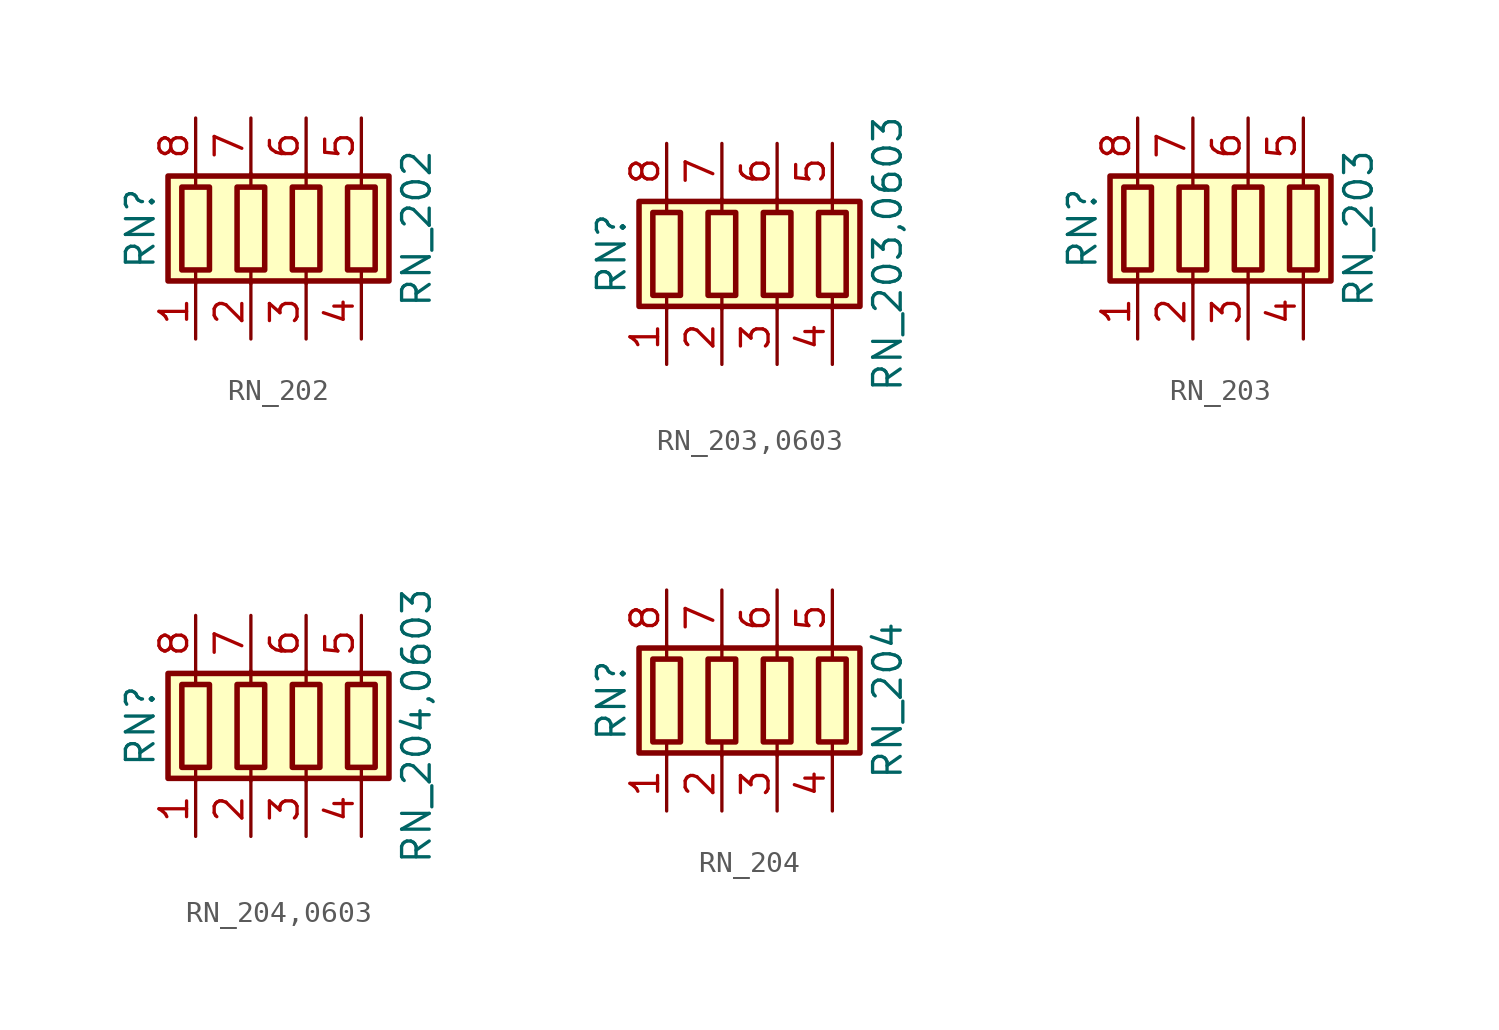
<source format=kicad_sym>
(kicad_symbol_lib
  (version 20211014)
  (generator kicad_symbol_editor)
  (symbol "RN_202"
    (pin_names
      (offset 0) hide)
    (property "Reference" "RN"
      (at -7.62 0 90)
      (effects (font (size 1.27 1.27))))
    (property "Value" "RN_202"
      (at 5.08 0 90)
      (effects (font (size 1.27 1.27))))
    (symbol "RN_202_0_1"
      (rectangle (start -6.35 -2.413) (end 3.81 2.413) (stroke (width 0.254) (type default) (color 0 0 0 0)) (fill (type background)))
      (rectangle (start -5.715 1.905) (end -4.445 -1.905) (stroke (width 0.254) (type default) (color 0 0 0 0)) (fill (type none)))
      (rectangle (start -3.175 1.905) (end -1.905 -1.905) (stroke (width 0.254) (type default) (color 0 0 0 0)) (fill (type none)))
      (rectangle (start -0.635 1.905) (end 0.635 -1.905) (stroke (width 0.254) (type default) (color 0 0 0 0)) (fill (type none)))
      (polyline (pts (xy -5.08 -2.54) (xy -5.08 -1.905)) (stroke (width 0) (type default) (color 0 0 0 0)) (fill (type none)))
      (polyline (pts (xy -5.08 1.905) (xy -5.08 2.54)) (stroke (width 0) (type default) (color 0 0 0 0)) (fill (type none)))
      (polyline (pts (xy -2.54 -2.54) (xy -2.54 -1.905)) (stroke (width 0) (type default) (color 0 0 0 0)) (fill (type none)))
      (polyline (pts (xy -2.54 1.905) (xy -2.54 2.54)) (stroke (width 0) (type default) (color 0 0 0 0)) (fill (type none)))
      (polyline (pts (xy 0 -2.54) (xy 0 -1.905)) (stroke (width 0) (type default) (color 0 0 0 0)) (fill (type none)))
      (polyline (pts (xy 0 1.905) (xy 0 2.54)) (stroke (width 0) (type default) (color 0 0 0 0)) (fill (type none)))
      (polyline (pts (xy 2.54 -2.54) (xy 2.54 -1.905)) (stroke (width 0) (type default) (color 0 0 0 0)) (fill (type none)))
      (polyline (pts (xy 2.54 1.905) (xy 2.54 2.54)) (stroke (width 0) (type default) (color 0 0 0 0)) (fill (type none)))
      (rectangle (start 1.905 1.905) (end 3.175 -1.905) (stroke (width 0.254) (type default) (color 0 0 0 0)) (fill (type none))))
    (symbol "RN_202_1_1"
      (pin passive line (at -5.08 -5.08 90) (length 2.54) (name "R1.1" (effects (font (size 1.27 1.27)))) (number "1" (effects (font (size 1.27 1.27)))))
      (pin passive line (at -2.54 -5.08 90) (length 2.54) (name "R2.1" (effects (font (size 1.27 1.27)))) (number "2" (effects (font (size 1.27 1.27)))))
      (pin passive line (at 0 -5.08 90) (length 2.54) (name "R3.1" (effects (font (size 1.27 1.27)))) (number "3" (effects (font (size 1.27 1.27)))))
      (pin passive line (at 2.54 -5.08 90) (length 2.54) (name "R4.1" (effects (font (size 1.27 1.27)))) (number "4" (effects (font (size 1.27 1.27)))))
      (pin passive line (at 2.54 5.08 270) (length 2.54) (name "R4.2" (effects (font (size 1.27 1.27)))) (number "5" (effects (font (size 1.27 1.27)))))
      (pin passive line (at 0 5.08 270) (length 2.54) (name "R3.2" (effects (font (size 1.27 1.27)))) (number "6" (effects (font (size 1.27 1.27)))))
      (pin passive line (at -2.54 5.08 270) (length 2.54) (name "R2.2" (effects (font (size 1.27 1.27)))) (number "7" (effects (font (size 1.27 1.27)))))
      (pin passive line (at -5.08 5.08 270) (length 2.54) (name "R1.2" (effects (font (size 1.27 1.27)))) (number "8" (effects (font (size 1.27 1.27)))))))
  (symbol "RN_203,0603"
    (pin_names
      (offset 0) hide)
    (property "Reference" "RN"
      (at -7.62 0 90)
      (effects (font (size 1.27 1.27))))
    (property "Value" "RN_203,0603"
      (at 5.08 0 90)
      (effects (font (size 1.27 1.27))))
    (symbol "RN_203,0603_0_1"
      (rectangle (start -6.35 -2.413) (end 3.81 2.413) (stroke (width 0.254) (type default) (color 0 0 0 0)) (fill (type background)))
      (rectangle (start -5.715 1.905) (end -4.445 -1.905) (stroke (width 0.254) (type default) (color 0 0 0 0)) (fill (type none)))
      (rectangle (start -3.175 1.905) (end -1.905 -1.905) (stroke (width 0.254) (type default) (color 0 0 0 0)) (fill (type none)))
      (rectangle (start -0.635 1.905) (end 0.635 -1.905) (stroke (width 0.254) (type default) (color 0 0 0 0)) (fill (type none)))
      (polyline (pts (xy -5.08 -2.54) (xy -5.08 -1.905)) (stroke (width 0) (type default) (color 0 0 0 0)) (fill (type none)))
      (polyline (pts (xy -5.08 1.905) (xy -5.08 2.54)) (stroke (width 0) (type default) (color 0 0 0 0)) (fill (type none)))
      (polyline (pts (xy -2.54 -2.54) (xy -2.54 -1.905)) (stroke (width 0) (type default) (color 0 0 0 0)) (fill (type none)))
      (polyline (pts (xy -2.54 1.905) (xy -2.54 2.54)) (stroke (width 0) (type default) (color 0 0 0 0)) (fill (type none)))
      (polyline (pts (xy 0 -2.54) (xy 0 -1.905)) (stroke (width 0) (type default) (color 0 0 0 0)) (fill (type none)))
      (polyline (pts (xy 0 1.905) (xy 0 2.54)) (stroke (width 0) (type default) (color 0 0 0 0)) (fill (type none)))
      (polyline (pts (xy 2.54 -2.54) (xy 2.54 -1.905)) (stroke (width 0) (type default) (color 0 0 0 0)) (fill (type none)))
      (polyline (pts (xy 2.54 1.905) (xy 2.54 2.54)) (stroke (width 0) (type default) (color 0 0 0 0)) (fill (type none)))
      (rectangle (start 1.905 1.905) (end 3.175 -1.905) (stroke (width 0.254) (type default) (color 0 0 0 0)) (fill (type none))))
    (symbol "RN_203,0603_1_1"
      (pin passive line (at -5.08 -5.08 90) (length 2.54) (name "R1.1" (effects (font (size 1.27 1.27)))) (number "1" (effects (font (size 1.27 1.27)))))
      (pin passive line (at -2.54 -5.08 90) (length 2.54) (name "R2.1" (effects (font (size 1.27 1.27)))) (number "2" (effects (font (size 1.27 1.27)))))
      (pin passive line (at 0 -5.08 90) (length 2.54) (name "R3.1" (effects (font (size 1.27 1.27)))) (number "3" (effects (font (size 1.27 1.27)))))
      (pin passive line (at 2.54 -5.08 90) (length 2.54) (name "R4.1" (effects (font (size 1.27 1.27)))) (number "4" (effects (font (size 1.27 1.27)))))
      (pin passive line (at 2.54 5.08 270) (length 2.54) (name "R4.2" (effects (font (size 1.27 1.27)))) (number "5" (effects (font (size 1.27 1.27)))))
      (pin passive line (at 0 5.08 270) (length 2.54) (name "R3.2" (effects (font (size 1.27 1.27)))) (number "6" (effects (font (size 1.27 1.27)))))
      (pin passive line (at -2.54 5.08 270) (length 2.54) (name "R2.2" (effects (font (size 1.27 1.27)))) (number "7" (effects (font (size 1.27 1.27)))))
      (pin passive line (at -5.08 5.08 270) (length 2.54) (name "R1.2" (effects (font (size 1.27 1.27)))) (number "8" (effects (font (size 1.27 1.27)))))))
  (symbol "RN_203"
    (pin_names
      (offset 0) hide)
    (property "Reference" "RN"
      (at -7.62 0 90)
      (effects (font (size 1.27 1.27))))
    (property "Value" "RN_203"
      (at 5.08 0 90)
      (effects (font (size 1.27 1.27))))
    (symbol "RN_203_0_1"
      (rectangle (start -6.35 -2.413) (end 3.81 2.413) (stroke (width 0.254) (type default) (color 0 0 0 0)) (fill (type background)))
      (rectangle (start -5.715 1.905) (end -4.445 -1.905) (stroke (width 0.254) (type default) (color 0 0 0 0)) (fill (type none)))
      (rectangle (start -3.175 1.905) (end -1.905 -1.905) (stroke (width 0.254) (type default) (color 0 0 0 0)) (fill (type none)))
      (rectangle (start -0.635 1.905) (end 0.635 -1.905) (stroke (width 0.254) (type default) (color 0 0 0 0)) (fill (type none)))
      (polyline (pts (xy -5.08 -2.54) (xy -5.08 -1.905)) (stroke (width 0) (type default) (color 0 0 0 0)) (fill (type none)))
      (polyline (pts (xy -5.08 1.905) (xy -5.08 2.54)) (stroke (width 0) (type default) (color 0 0 0 0)) (fill (type none)))
      (polyline (pts (xy -2.54 -2.54) (xy -2.54 -1.905)) (stroke (width 0) (type default) (color 0 0 0 0)) (fill (type none)))
      (polyline (pts (xy -2.54 1.905) (xy -2.54 2.54)) (stroke (width 0) (type default) (color 0 0 0 0)) (fill (type none)))
      (polyline (pts (xy 0 -2.54) (xy 0 -1.905)) (stroke (width 0) (type default) (color 0 0 0 0)) (fill (type none)))
      (polyline (pts (xy 0 1.905) (xy 0 2.54)) (stroke (width 0) (type default) (color 0 0 0 0)) (fill (type none)))
      (polyline (pts (xy 2.54 -2.54) (xy 2.54 -1.905)) (stroke (width 0) (type default) (color 0 0 0 0)) (fill (type none)))
      (polyline (pts (xy 2.54 1.905) (xy 2.54 2.54)) (stroke (width 0) (type default) (color 0 0 0 0)) (fill (type none)))
      (rectangle (start 1.905 1.905) (end 3.175 -1.905) (stroke (width 0.254) (type default) (color 0 0 0 0)) (fill (type none))))
    (symbol "RN_203_1_1"
      (pin passive line (at -5.08 -5.08 90) (length 2.54) (name "R1.1" (effects (font (size 1.27 1.27)))) (number "1" (effects (font (size 1.27 1.27)))))
      (pin passive line (at -2.54 -5.08 90) (length 2.54) (name "R2.1" (effects (font (size 1.27 1.27)))) (number "2" (effects (font (size 1.27 1.27)))))
      (pin passive line (at 0 -5.08 90) (length 2.54) (name "R3.1" (effects (font (size 1.27 1.27)))) (number "3" (effects (font (size 1.27 1.27)))))
      (pin passive line (at 2.54 -5.08 90) (length 2.54) (name "R4.1" (effects (font (size 1.27 1.27)))) (number "4" (effects (font (size 1.27 1.27)))))
      (pin passive line (at 2.54 5.08 270) (length 2.54) (name "R4.2" (effects (font (size 1.27 1.27)))) (number "5" (effects (font (size 1.27 1.27)))))
      (pin passive line (at 0 5.08 270) (length 2.54) (name "R3.2" (effects (font (size 1.27 1.27)))) (number "6" (effects (font (size 1.27 1.27)))))
      (pin passive line (at -2.54 5.08 270) (length 2.54) (name "R2.2" (effects (font (size 1.27 1.27)))) (number "7" (effects (font (size 1.27 1.27)))))
      (pin passive line (at -5.08 5.08 270) (length 2.54) (name "R1.2" (effects (font (size 1.27 1.27)))) (number "8" (effects (font (size 1.27 1.27)))))))
  (symbol "RN_204,0603"
    (pin_names
      (offset 0) hide)
    (property "Reference" "RN"
      (at -7.62 0 90)
      (effects (font (size 1.27 1.27))))
    (property "Value" "RN_204,0603"
      (at 5.08 0 90)
      (effects (font (size 1.27 1.27))))
    (symbol "RN_204,0603_0_1"
      (rectangle (start -6.35 -2.413) (end 3.81 2.413) (stroke (width 0.254) (type default) (color 0 0 0 0)) (fill (type background)))
      (rectangle (start -5.715 1.905) (end -4.445 -1.905) (stroke (width 0.254) (type default) (color 0 0 0 0)) (fill (type none)))
      (rectangle (start -3.175 1.905) (end -1.905 -1.905) (stroke (width 0.254) (type default) (color 0 0 0 0)) (fill (type none)))
      (rectangle (start -0.635 1.905) (end 0.635 -1.905) (stroke (width 0.254) (type default) (color 0 0 0 0)) (fill (type none)))
      (polyline (pts (xy -5.08 -2.54) (xy -5.08 -1.905)) (stroke (width 0) (type default) (color 0 0 0 0)) (fill (type none)))
      (polyline (pts (xy -5.08 1.905) (xy -5.08 2.54)) (stroke (width 0) (type default) (color 0 0 0 0)) (fill (type none)))
      (polyline (pts (xy -2.54 -2.54) (xy -2.54 -1.905)) (stroke (width 0) (type default) (color 0 0 0 0)) (fill (type none)))
      (polyline (pts (xy -2.54 1.905) (xy -2.54 2.54)) (stroke (width 0) (type default) (color 0 0 0 0)) (fill (type none)))
      (polyline (pts (xy 0 -2.54) (xy 0 -1.905)) (stroke (width 0) (type default) (color 0 0 0 0)) (fill (type none)))
      (polyline (pts (xy 0 1.905) (xy 0 2.54)) (stroke (width 0) (type default) (color 0 0 0 0)) (fill (type none)))
      (polyline (pts (xy 2.54 -2.54) (xy 2.54 -1.905)) (stroke (width 0) (type default) (color 0 0 0 0)) (fill (type none)))
      (polyline (pts (xy 2.54 1.905) (xy 2.54 2.54)) (stroke (width 0) (type default) (color 0 0 0 0)) (fill (type none)))
      (rectangle (start 1.905 1.905) (end 3.175 -1.905) (stroke (width 0.254) (type default) (color 0 0 0 0)) (fill (type none))))
    (symbol "RN_204,0603_1_1"
      (pin passive line (at -5.08 -5.08 90) (length 2.54) (name "R1.1" (effects (font (size 1.27 1.27)))) (number "1" (effects (font (size 1.27 1.27)))))
      (pin passive line (at -2.54 -5.08 90) (length 2.54) (name "R2.1" (effects (font (size 1.27 1.27)))) (number "2" (effects (font (size 1.27 1.27)))))
      (pin passive line (at 0 -5.08 90) (length 2.54) (name "R3.1" (effects (font (size 1.27 1.27)))) (number "3" (effects (font (size 1.27 1.27)))))
      (pin passive line (at 2.54 -5.08 90) (length 2.54) (name "R4.1" (effects (font (size 1.27 1.27)))) (number "4" (effects (font (size 1.27 1.27)))))
      (pin passive line (at 2.54 5.08 270) (length 2.54) (name "R4.2" (effects (font (size 1.27 1.27)))) (number "5" (effects (font (size 1.27 1.27)))))
      (pin passive line (at 0 5.08 270) (length 2.54) (name "R3.2" (effects (font (size 1.27 1.27)))) (number "6" (effects (font (size 1.27 1.27)))))
      (pin passive line (at -2.54 5.08 270) (length 2.54) (name "R2.2" (effects (font (size 1.27 1.27)))) (number "7" (effects (font (size 1.27 1.27)))))
      (pin passive line (at -5.08 5.08 270) (length 2.54) (name "R1.2" (effects (font (size 1.27 1.27)))) (number "8" (effects (font (size 1.27 1.27)))))))
  (symbol "RN_204"
    (pin_names
      (offset 0) hide)
    (property "Reference" "RN"
      (at -7.62 0 90)
      (effects (font (size 1.27 1.27))))
    (property "Value" "RN_204"
      (at 5.08 0 90)
      (effects (font (size 1.27 1.27))))
    (symbol "RN_204_0_1"
      (rectangle (start -6.35 -2.413) (end 3.81 2.413) (stroke (width 0.254) (type default) (color 0 0 0 0)) (fill (type background)))
      (rectangle (start -5.715 1.905) (end -4.445 -1.905) (stroke (width 0.254) (type default) (color 0 0 0 0)) (fill (type none)))
      (rectangle (start -3.175 1.905) (end -1.905 -1.905) (stroke (width 0.254) (type default) (color 0 0 0 0)) (fill (type none)))
      (rectangle (start -0.635 1.905) (end 0.635 -1.905) (stroke (width 0.254) (type default) (color 0 0 0 0)) (fill (type none)))
      (polyline (pts (xy -5.08 -2.54) (xy -5.08 -1.905)) (stroke (width 0) (type default) (color 0 0 0 0)) (fill (type none)))
      (polyline (pts (xy -5.08 1.905) (xy -5.08 2.54)) (stroke (width 0) (type default) (color 0 0 0 0)) (fill (type none)))
      (polyline (pts (xy -2.54 -2.54) (xy -2.54 -1.905)) (stroke (width 0) (type default) (color 0 0 0 0)) (fill (type none)))
      (polyline (pts (xy -2.54 1.905) (xy -2.54 2.54)) (stroke (width 0) (type default) (color 0 0 0 0)) (fill (type none)))
      (polyline (pts (xy 0 -2.54) (xy 0 -1.905)) (stroke (width 0) (type default) (color 0 0 0 0)) (fill (type none)))
      (polyline (pts (xy 0 1.905) (xy 0 2.54)) (stroke (width 0) (type default) (color 0 0 0 0)) (fill (type none)))
      (polyline (pts (xy 2.54 -2.54) (xy 2.54 -1.905)) (stroke (width 0) (type default) (color 0 0 0 0)) (fill (type none)))
      (polyline (pts (xy 2.54 1.905) (xy 2.54 2.54)) (stroke (width 0) (type default) (color 0 0 0 0)) (fill (type none)))
      (rectangle (start 1.905 1.905) (end 3.175 -1.905) (stroke (width 0.254) (type default) (color 0 0 0 0)) (fill (type none))))
    (symbol "RN_204_1_1"
      (pin passive line (at -5.08 -5.08 90) (length 2.54) (name "R1.1" (effects (font (size 1.27 1.27)))) (number "1" (effects (font (size 1.27 1.27)))))
      (pin passive line (at -2.54 -5.08 90) (length 2.54) (name "R2.1" (effects (font (size 1.27 1.27)))) (number "2" (effects (font (size 1.27 1.27)))))
      (pin passive line (at 0 -5.08 90) (length 2.54) (name "R3.1" (effects (font (size 1.27 1.27)))) (number "3" (effects (font (size 1.27 1.27)))))
      (pin passive line (at 2.54 -5.08 90) (length 2.54) (name "R4.1" (effects (font (size 1.27 1.27)))) (number "4" (effects (font (size 1.27 1.27)))))
      (pin passive line (at 2.54 5.08 270) (length 2.54) (name "R4.2" (effects (font (size 1.27 1.27)))) (number "5" (effects (font (size 1.27 1.27)))))
      (pin passive line (at 0 5.08 270) (length 2.54) (name "R3.2" (effects (font (size 1.27 1.27)))) (number "6" (effects (font (size 1.27 1.27)))))
      (pin passive line (at -2.54 5.08 270) (length 2.54) (name "R2.2" (effects (font (size 1.27 1.27)))) (number "7" (effects (font (size 1.27 1.27)))))
      (pin passive line (at -5.08 5.08 270) (length 2.54) (name "R1.2" (effects (font (size 1.27 1.27)))) (number "8" (effects (font (size 1.27 1.27))))))))
</source>
